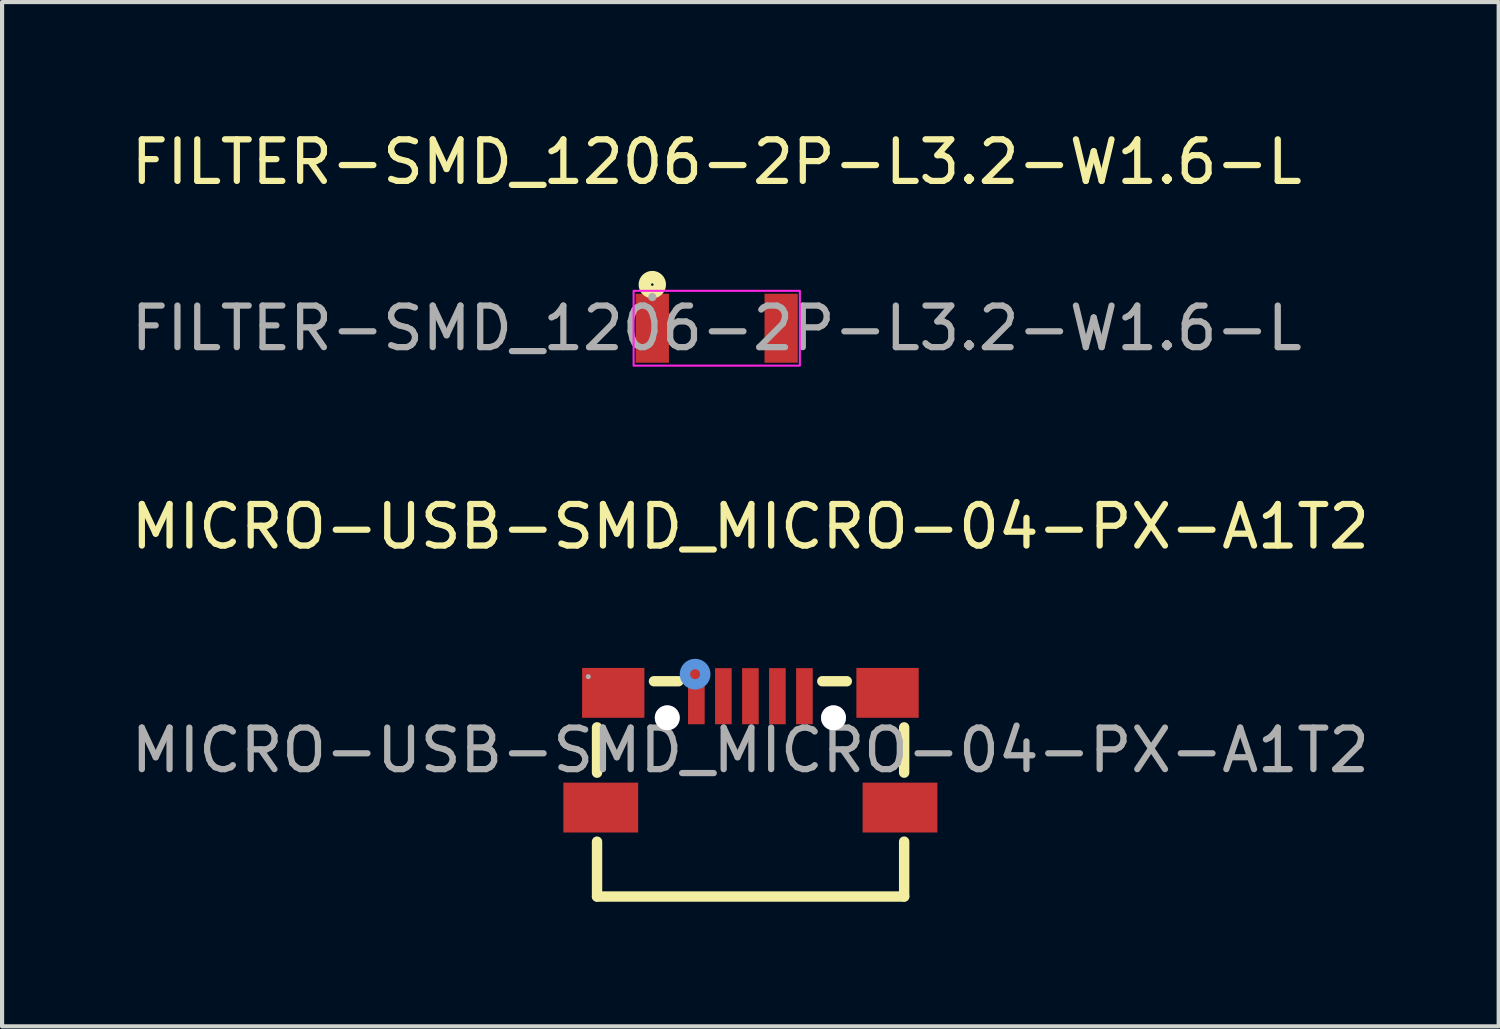
<source format=kicad_pcb>
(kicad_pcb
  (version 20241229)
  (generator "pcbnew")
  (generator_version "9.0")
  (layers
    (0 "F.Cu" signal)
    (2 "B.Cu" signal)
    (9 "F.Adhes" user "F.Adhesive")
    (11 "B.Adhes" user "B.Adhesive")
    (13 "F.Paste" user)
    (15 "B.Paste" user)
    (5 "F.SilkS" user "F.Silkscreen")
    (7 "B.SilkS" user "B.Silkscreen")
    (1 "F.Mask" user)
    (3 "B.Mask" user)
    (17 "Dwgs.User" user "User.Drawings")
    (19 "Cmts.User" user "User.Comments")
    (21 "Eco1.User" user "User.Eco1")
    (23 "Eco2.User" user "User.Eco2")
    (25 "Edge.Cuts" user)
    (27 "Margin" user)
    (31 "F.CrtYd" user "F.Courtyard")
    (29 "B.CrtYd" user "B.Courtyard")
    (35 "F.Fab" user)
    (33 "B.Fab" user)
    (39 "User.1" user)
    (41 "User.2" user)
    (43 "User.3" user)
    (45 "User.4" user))
  (footprint "FILTER-SMD_1206-2P-L3.2-W1.6-L"
    (layer "F.Cu")
    (at 14.196 4.848)
    (property "Reference" "FILTER-SMD_1206-2P-L3.2-W1.6-L" (at 0 -4 0) (layer "F.SilkS") (effects (font (size 1 1) (thickness 0.15))))
    (attr smd)
    (fp_circle (center -1.55 -1.05) (end -1.52 -1.05) (stroke (width 0.3) (type solid)) (fill no) (layer "F.SilkS"))
    (fp_rect (start -2 -0.9) (end 2 0.9) (stroke (width 0.05) (type default)) (fill no) (layer "F.CrtYd"))
    (fp_circle (center -1.55 -0.75) (end -1.5 -0.75) (stroke (width 0.1) (type solid)) (fill no) (layer "F.Fab"))
    (fp_text user "${REFERENCE}" (at 0 0 0) (layer "F.Fab") (effects (font (size 1 1) (thickness 0.15))))
    (pad "1" smd rect (at -1.55 0) (size 0.8 1.66) (layers "F.Cu" "F.Mask" "F.Paste"))
    (pad "2" smd rect (at 1.55 0) (size 0.8 1.66) (layers "F.Cu" "F.Mask" "F.Paste")))
  (footprint "MICRO-USB-SMD_MICRO-04-PX-A1T2"
    (layer "F.Cu")
    (at 15.006 15.002)
    (property "Reference" "MICRO-USB-SMD_MICRO-04-PX-A1T2" (at 0 -5.38 0) (layer "F.SilkS") (effects (font (size 1 1) (thickness 0.15))))
    (attr smd)
    (fp_line (start -3.69 0.54) (end -3.69 -0.55) (stroke (width 0.25) (type solid)) (layer "F.SilkS"))
    (fp_line (start -3.69 3.52) (end -3.69 2.2) (stroke (width 0.25) (type solid)) (layer "F.SilkS"))
    (fp_line (start -3.69 3.52) (end 3.7 3.52) (stroke (width 0.25) (type solid)) (layer "F.SilkS"))
    (fp_line (start -2.32 -1.66) (end -1.73 -1.66) (stroke (width 0.25) (type solid)) (layer "F.SilkS"))
    (fp_line (start 1.73 -1.66) (end 2.32 -1.66) (stroke (width 0.25) (type solid)) (layer "F.SilkS"))
    (fp_line (start 3.7 0.54) (end 3.7 -0.55) (stroke (width 0.25) (type solid)) (layer "F.SilkS"))
    (fp_line (start 3.7 3.52) (end 3.7 2.2) (stroke (width 0.25) (type solid)) (layer "F.SilkS"))
    (fp_circle (center -2 -0.78) (end -1.89 -0.78) (stroke (width 0.22) (type solid)) (fill no) (layer "Cmts.User"))
    (fp_circle (center -1.33 -1.83) (end -1.21 -1.83) (stroke (width 0.25) (type solid)) (fill no) (layer "Cmts.User"))
    (fp_circle (center 2 -0.78) (end 2.11 -0.78) (stroke (width 0.22) (type solid)) (fill no) (layer "Cmts.User"))
    (fp_circle (center -3.9 -1.77) (end -3.87 -1.77) (stroke (width 0.06) (type solid)) (fill no) (layer "F.Fab"))
    (fp_text user "${REFERENCE}" (at 0 0 0) (layer "F.Fab") (effects (font (size 1 1) (thickness 0.15))))
    (pad "" thru_hole circle (at -2 -0.78) (size 0.6 0.6) (drill 0.6) (layers "*.Cu" "*.Mask"))
    (pad "" thru_hole circle (at 2 -0.78) (size 0.6 0.6) (drill 0.6) (layers "*.Cu" "*.Mask"))
    (pad "1" smd rect (at -1.3 -1.3) (size 0.4 1.35) (layers "F.Cu" "F.Mask" "F.Paste"))
    (pad "2" smd rect (at -0.65 -1.3) (size 0.4 1.35) (layers "F.Cu" "F.Mask" "F.Paste"))
    (pad "3" smd rect (at 0 -1.3) (size 0.4 1.35) (layers "F.Cu" "F.Mask" "F.Paste"))
    (pad "4" smd rect (at 0.65 -1.3) (size 0.4 1.35) (layers "F.Cu" "F.Mask" "F.Paste"))
    (pad "5" smd rect (at 1.3 -1.3) (size 0.4 1.35) (layers "F.Cu" "F.Mask" "F.Paste"))
    (pad "6" smd rect (at -3.6 1.38) (size 1.8 1.2) (layers "F.Cu" "F.Mask" "F.Paste"))
    (pad "6" smd rect (at -3.3 -1.38) (size 1.5 1.2) (layers "F.Cu" "F.Mask" "F.Paste"))
    (pad "7" smd rect (at 3.3 -1.38) (size 1.5 1.2) (layers "F.Cu" "F.Mask" "F.Paste"))
    (pad "7" smd rect (at 3.6 1.38) (size 1.8 1.2) (layers "F.Cu" "F.Mask" "F.Paste")))
  (gr_rect
    (start -3 -3)
    (end 33.012 21.646)
    (stroke (width 0.1) (type default))
    (fill no)
    (layer "Edge.Cuts")))
</source>
